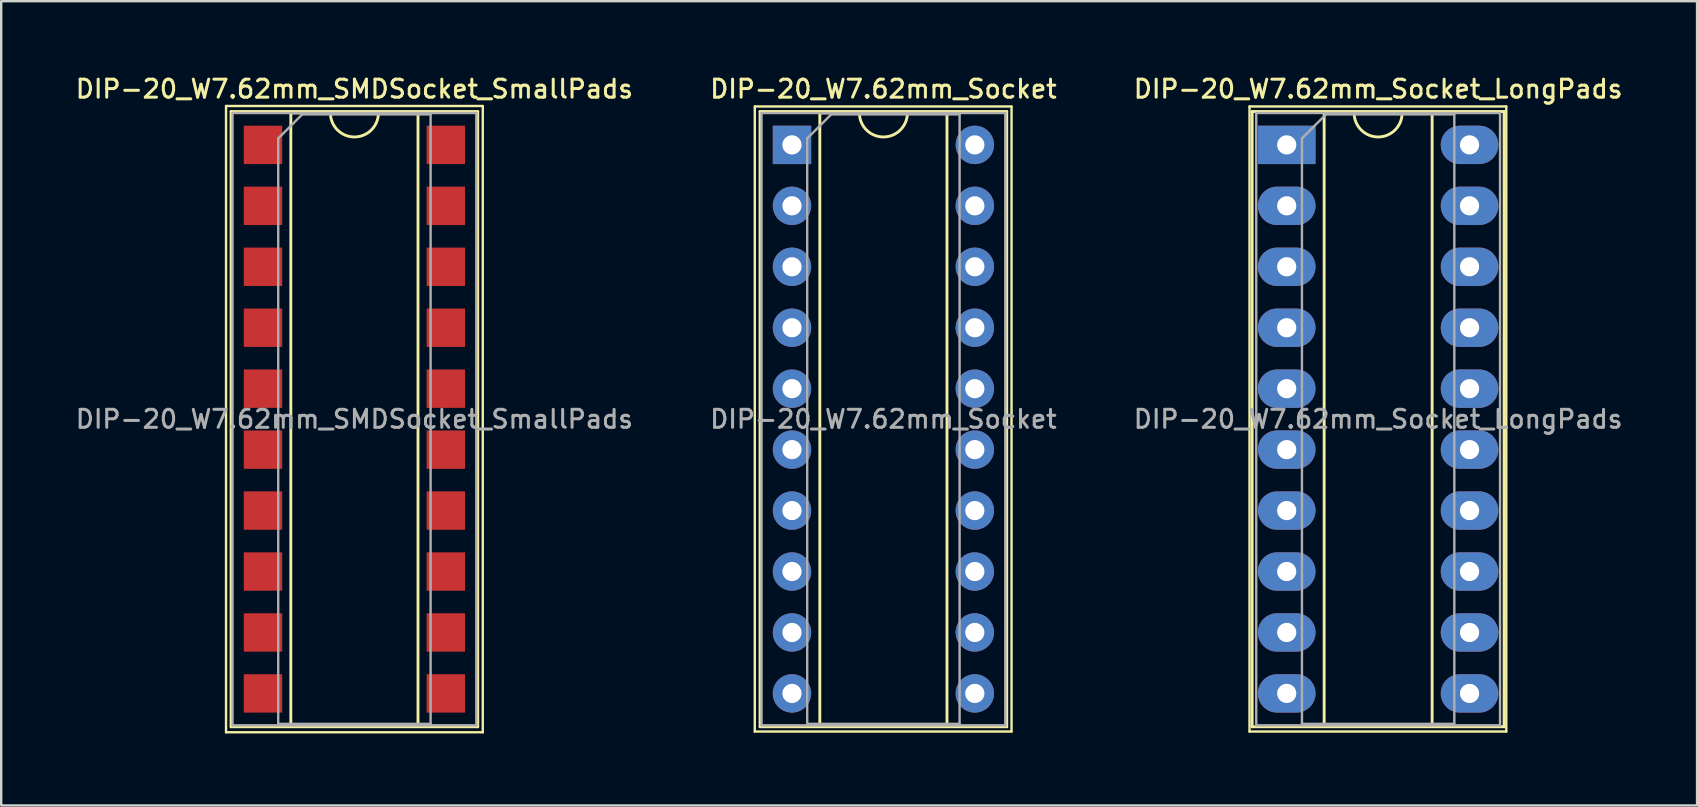
<source format=kicad_pcb>
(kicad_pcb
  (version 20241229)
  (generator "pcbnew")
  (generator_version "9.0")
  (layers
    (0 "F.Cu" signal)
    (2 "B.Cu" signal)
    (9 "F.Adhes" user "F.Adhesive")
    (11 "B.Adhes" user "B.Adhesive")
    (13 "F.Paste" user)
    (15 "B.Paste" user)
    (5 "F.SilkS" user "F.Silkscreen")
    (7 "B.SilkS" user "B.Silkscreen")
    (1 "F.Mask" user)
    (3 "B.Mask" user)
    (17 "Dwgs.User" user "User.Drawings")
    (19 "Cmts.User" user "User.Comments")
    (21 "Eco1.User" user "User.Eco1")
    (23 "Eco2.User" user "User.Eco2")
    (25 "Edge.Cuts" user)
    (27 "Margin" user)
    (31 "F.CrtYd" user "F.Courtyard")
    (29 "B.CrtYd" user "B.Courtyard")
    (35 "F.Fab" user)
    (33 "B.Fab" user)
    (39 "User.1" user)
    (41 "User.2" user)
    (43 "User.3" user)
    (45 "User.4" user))
  (footprint "DIP-20_W7.62mm_Socket"
    (layer "F.Cu")
    (at 29.956 2.988)
    (property "Reference" "DIP-20_W7.62mm_Socket" (at 3.81 -2.33 0) (layer "F.SilkS") (effects (font (size 0.75 0.75) (thickness 0.125))))
    (attr through_hole)
    (fp_line (start -1.55 -1.6) (end -1.55 24.45) (stroke (width 0.1) (type solid)) (layer "F.SilkS"))
    (fp_line (start -1.55 24.45) (end 9.15 24.45) (stroke (width 0.1) (type solid)) (layer "F.SilkS"))
    (fp_line (start -1.33 -1.39) (end -1.33 24.25) (stroke (width 0.12) (type solid)) (layer "F.SilkS"))
    (fp_line (start -1.33 24.25) (end 8.95 24.25) (stroke (width 0.12) (type solid)) (layer "F.SilkS"))
    (fp_line (start 1.16 -1.33) (end 1.16 24.19) (stroke (width 0.12) (type solid)) (layer "F.SilkS"))
    (fp_line (start 1.16 24.19) (end 6.46 24.19) (stroke (width 0.12) (type solid)) (layer "F.SilkS"))
    (fp_line (start 2.81 -1.33) (end 1.16 -1.33) (stroke (width 0.12) (type solid)) (layer "F.SilkS"))
    (fp_line (start 6.46 -1.33) (end 4.81 -1.33) (stroke (width 0.12) (type solid)) (layer "F.SilkS"))
    (fp_line (start 6.46 24.19) (end 6.46 -1.33) (stroke (width 0.12) (type solid)) (layer "F.SilkS"))
    (fp_line (start 8.95 -1.39) (end -1.33 -1.39) (stroke (width 0.12) (type solid)) (layer "F.SilkS"))
    (fp_line (start 8.95 24.25) (end 8.95 -1.39) (stroke (width 0.12) (type solid)) (layer "F.SilkS"))
    (fp_line (start 9.15 -1.6) (end -1.55 -1.6) (stroke (width 0.1) (type solid)) (layer "F.SilkS"))
    (fp_line (start 9.15 24.45) (end 9.15 -1.6) (stroke (width 0.1) (type solid)) (layer "F.SilkS"))
    (fp_arc (start 4.81 -1.33) (mid 3.81 -0.33) (end 2.81 -1.33) (stroke (width 0.12) (type solid)) (layer "F.SilkS"))
    (fp_line (start -1.27 -1.33) (end -1.27 24.19) (stroke (width 0.1) (type solid)) (layer "F.Fab"))
    (fp_line (start -1.27 24.19) (end 8.89 24.19) (stroke (width 0.1) (type solid)) (layer "F.Fab"))
    (fp_line (start 0.635 -0.27) (end 1.635 -1.27) (stroke (width 0.1) (type solid)) (layer "F.Fab"))
    (fp_line (start 0.635 24.13) (end 0.635 -0.27) (stroke (width 0.1) (type solid)) (layer "F.Fab"))
    (fp_line (start 1.635 -1.27) (end 6.985 -1.27) (stroke (width 0.1) (type solid)) (layer "F.Fab"))
    (fp_line (start 6.985 -1.27) (end 6.985 24.13) (stroke (width 0.1) (type solid)) (layer "F.Fab"))
    (fp_line (start 6.985 24.13) (end 0.635 24.13) (stroke (width 0.1) (type solid)) (layer "F.Fab"))
    (fp_line (start 8.89 -1.33) (end -1.27 -1.33) (stroke (width 0.1) (type solid)) (layer "F.Fab"))
    (fp_line (start 8.89 24.19) (end 8.89 -1.33) (stroke (width 0.1) (type solid)) (layer "F.Fab"))
    (fp_text user "${REFERENCE}" (at 3.81 11.43 0) (layer "F.Fab") (effects (font (size 0.75 0.75) (thickness 0.125))))
    (pad "1" thru_hole rect (at 0 0) (size 1.6 1.6) (drill 0.8) (layers "*.Cu" "*.Mask"))
    (pad "2" thru_hole oval (at 0 2.54) (size 1.6 1.6) (drill 0.8) (layers "*.Cu" "*.Mask"))
    (pad "3" thru_hole oval (at 0 5.08) (size 1.6 1.6) (drill 0.8) (layers "*.Cu" "*.Mask"))
    (pad "4" thru_hole oval (at 0 7.62) (size 1.6 1.6) (drill 0.8) (layers "*.Cu" "*.Mask"))
    (pad "5" thru_hole oval (at 0 10.16) (size 1.6 1.6) (drill 0.8) (layers "*.Cu" "*.Mask"))
    (pad "6" thru_hole oval (at 0 12.7) (size 1.6 1.6) (drill 0.8) (layers "*.Cu" "*.Mask"))
    (pad "7" thru_hole oval (at 0 15.24) (size 1.6 1.6) (drill 0.8) (layers "*.Cu" "*.Mask"))
    (pad "8" thru_hole oval (at 0 17.78) (size 1.6 1.6) (drill 0.8) (layers "*.Cu" "*.Mask"))
    (pad "9" thru_hole oval (at 0 20.32) (size 1.6 1.6) (drill 0.8) (layers "*.Cu" "*.Mask"))
    (pad "10" thru_hole oval (at 0 22.86) (size 1.6 1.6) (drill 0.8) (layers "*.Cu" "*.Mask"))
    (pad "11" thru_hole oval (at 7.62 22.86) (size 1.6 1.6) (drill 0.8) (layers "*.Cu" "*.Mask"))
    (pad "12" thru_hole oval (at 7.62 20.32) (size 1.6 1.6) (drill 0.8) (layers "*.Cu" "*.Mask"))
    (pad "13" thru_hole oval (at 7.62 17.78) (size 1.6 1.6) (drill 0.8) (layers "*.Cu" "*.Mask"))
    (pad "14" thru_hole oval (at 7.62 15.24) (size 1.6 1.6) (drill 0.8) (layers "*.Cu" "*.Mask"))
    (pad "15" thru_hole oval (at 7.62 12.7) (size 1.6 1.6) (drill 0.8) (layers "*.Cu" "*.Mask"))
    (pad "16" thru_hole oval (at 7.62 10.16) (size 1.6 1.6) (drill 0.8) (layers "*.Cu" "*.Mask"))
    (pad "17" thru_hole oval (at 7.62 7.62) (size 1.6 1.6) (drill 0.8) (layers "*.Cu" "*.Mask"))
    (pad "18" thru_hole oval (at 7.62 5.08) (size 1.6 1.6) (drill 0.8) (layers "*.Cu" "*.Mask"))
    (pad "19" thru_hole oval (at 7.62 2.54) (size 1.6 1.6) (drill 0.8) (layers "*.Cu" "*.Mask"))
    (pad "20" thru_hole oval (at 7.62 0) (size 1.6 1.6) (drill 0.8) (layers "*.Cu" "*.Mask")))
  (footprint "DIP-20_W7.62mm_Socket_LongPads"
    (layer "F.Cu")
    (at 50.574 2.988)
    (property "Reference" "DIP-20_W7.62mm_Socket_LongPads" (at 3.81 -2.33 0) (layer "F.SilkS") (effects (font (size 0.75 0.75) (thickness 0.125))))
    (attr through_hole)
    (fp_line (start -1.55 -1.6) (end -1.55 24.45) (stroke (width 0.1) (type solid)) (layer "F.SilkS"))
    (fp_line (start -1.55 24.45) (end 9.15 24.45) (stroke (width 0.1) (type solid)) (layer "F.SilkS"))
    (fp_line (start -1.44 -1.39) (end -1.44 24.25) (stroke (width 0.12) (type solid)) (layer "F.SilkS"))
    (fp_line (start -1.44 24.25) (end 9.06 24.25) (stroke (width 0.12) (type solid)) (layer "F.SilkS"))
    (fp_line (start 1.56 -1.33) (end 1.56 24.19) (stroke (width 0.12) (type solid)) (layer "F.SilkS"))
    (fp_line (start 1.56 24.19) (end 6.06 24.19) (stroke (width 0.12) (type solid)) (layer "F.SilkS"))
    (fp_line (start 2.81 -1.33) (end 1.56 -1.33) (stroke (width 0.12) (type solid)) (layer "F.SilkS"))
    (fp_line (start 6.06 -1.33) (end 4.81 -1.33) (stroke (width 0.12) (type solid)) (layer "F.SilkS"))
    (fp_line (start 6.06 24.19) (end 6.06 -1.33) (stroke (width 0.12) (type solid)) (layer "F.SilkS"))
    (fp_line (start 9.06 -1.39) (end -1.44 -1.39) (stroke (width 0.12) (type solid)) (layer "F.SilkS"))
    (fp_line (start 9.06 24.25) (end 9.06 -1.39) (stroke (width 0.12) (type solid)) (layer "F.SilkS"))
    (fp_line (start 9.15 -1.6) (end -1.55 -1.6) (stroke (width 0.1) (type solid)) (layer "F.SilkS"))
    (fp_line (start 9.15 24.45) (end 9.15 -1.6) (stroke (width 0.1) (type solid)) (layer "F.SilkS"))
    (fp_arc (start 4.81 -1.33) (mid 3.81 -0.33) (end 2.81 -1.33) (stroke (width 0.12) (type solid)) (layer "F.SilkS"))
    (fp_line (start -1.27 -1.33) (end -1.27 24.19) (stroke (width 0.1) (type solid)) (layer "F.Fab"))
    (fp_line (start -1.27 24.19) (end 8.89 24.19) (stroke (width 0.1) (type solid)) (layer "F.Fab"))
    (fp_line (start 0.635 -0.27) (end 1.635 -1.27) (stroke (width 0.1) (type solid)) (layer "F.Fab"))
    (fp_line (start 0.635 24.13) (end 0.635 -0.27) (stroke (width 0.1) (type solid)) (layer "F.Fab"))
    (fp_line (start 1.635 -1.27) (end 6.985 -1.27) (stroke (width 0.1) (type solid)) (layer "F.Fab"))
    (fp_line (start 6.985 -1.27) (end 6.985 24.13) (stroke (width 0.1) (type solid)) (layer "F.Fab"))
    (fp_line (start 6.985 24.13) (end 0.635 24.13) (stroke (width 0.1) (type solid)) (layer "F.Fab"))
    (fp_line (start 8.89 -1.33) (end -1.27 -1.33) (stroke (width 0.1) (type solid)) (layer "F.Fab"))
    (fp_line (start 8.89 24.19) (end 8.89 -1.33) (stroke (width 0.1) (type solid)) (layer "F.Fab"))
    (fp_text user "${REFERENCE}" (at 3.81 11.43 0) (layer "F.Fab") (effects (font (size 0.75 0.75) (thickness 0.125))))
    (pad "1" thru_hole rect (at 0 0) (size 2.4 1.6) (drill 0.8) (layers "*.Cu" "*.Mask"))
    (pad "2" thru_hole oval (at 0 2.54) (size 2.4 1.6) (drill 0.8) (layers "*.Cu" "*.Mask"))
    (pad "3" thru_hole oval (at 0 5.08) (size 2.4 1.6) (drill 0.8) (layers "*.Cu" "*.Mask"))
    (pad "4" thru_hole oval (at 0 7.62) (size 2.4 1.6) (drill 0.8) (layers "*.Cu" "*.Mask"))
    (pad "5" thru_hole oval (at 0 10.16) (size 2.4 1.6) (drill 0.8) (layers "*.Cu" "*.Mask"))
    (pad "6" thru_hole oval (at 0 12.7) (size 2.4 1.6) (drill 0.8) (layers "*.Cu" "*.Mask"))
    (pad "7" thru_hole oval (at 0 15.24) (size 2.4 1.6) (drill 0.8) (layers "*.Cu" "*.Mask"))
    (pad "8" thru_hole oval (at 0 17.78) (size 2.4 1.6) (drill 0.8) (layers "*.Cu" "*.Mask"))
    (pad "9" thru_hole oval (at 0 20.32) (size 2.4 1.6) (drill 0.8) (layers "*.Cu" "*.Mask"))
    (pad "10" thru_hole oval (at 0 22.86) (size 2.4 1.6) (drill 0.8) (layers "*.Cu" "*.Mask"))
    (pad "11" thru_hole oval (at 7.62 22.86) (size 2.4 1.6) (drill 0.8) (layers "*.Cu" "*.Mask"))
    (pad "12" thru_hole oval (at 7.62 20.32) (size 2.4 1.6) (drill 0.8) (layers "*.Cu" "*.Mask"))
    (pad "13" thru_hole oval (at 7.62 17.78) (size 2.4 1.6) (drill 0.8) (layers "*.Cu" "*.Mask"))
    (pad "14" thru_hole oval (at 7.62 15.24) (size 2.4 1.6) (drill 0.8) (layers "*.Cu" "*.Mask"))
    (pad "15" thru_hole oval (at 7.62 12.7) (size 2.4 1.6) (drill 0.8) (layers "*.Cu" "*.Mask"))
    (pad "16" thru_hole oval (at 7.62 10.16) (size 2.4 1.6) (drill 0.8) (layers "*.Cu" "*.Mask"))
    (pad "17" thru_hole oval (at 7.62 7.62) (size 2.4 1.6) (drill 0.8) (layers "*.Cu" "*.Mask"))
    (pad "18" thru_hole oval (at 7.62 5.08) (size 2.4 1.6) (drill 0.8) (layers "*.Cu" "*.Mask"))
    (pad "19" thru_hole oval (at 7.62 2.54) (size 2.4 1.6) (drill 0.8) (layers "*.Cu" "*.Mask"))
    (pad "20" thru_hole oval (at 7.62 0) (size 2.4 1.6) (drill 0.8) (layers "*.Cu" "*.Mask")))
  (footprint "DIP-20_W7.62mm_SMDSocket_SmallPads"
    (layer "F.Cu")
    (at 11.72 14.418)
    (property "Reference" "DIP-20_W7.62mm_SMDSocket_SmallPads" (at 0 -13.76 0) (layer "F.SilkS") (effects (font (size 0.75 0.75) (thickness 0.125))))
    (attr smd)
    (fp_line (start -5.35 -13.05) (end -5.35 13.05) (stroke (width 0.1) (type solid)) (layer "F.SilkS"))
    (fp_line (start -5.35 13.05) (end 5.35 13.05) (stroke (width 0.1) (type solid)) (layer "F.SilkS"))
    (fp_line (start -5.14 -12.82) (end -5.14 12.82) (stroke (width 0.12) (type solid)) (layer "F.SilkS"))
    (fp_line (start -5.14 12.82) (end 5.14 12.82) (stroke (width 0.12) (type solid)) (layer "F.SilkS"))
    (fp_line (start -2.65 -12.76) (end -2.65 12.76) (stroke (width 0.12) (type solid)) (layer "F.SilkS"))
    (fp_line (start -2.65 12.76) (end 2.65 12.76) (stroke (width 0.12) (type solid)) (layer "F.SilkS"))
    (fp_line (start -1 -12.76) (end -2.65 -12.76) (stroke (width 0.12) (type solid)) (layer "F.SilkS"))
    (fp_line (start 2.65 -12.76) (end 1 -12.76) (stroke (width 0.12) (type solid)) (layer "F.SilkS"))
    (fp_line (start 2.65 12.76) (end 2.65 -12.76) (stroke (width 0.12) (type solid)) (layer "F.SilkS"))
    (fp_line (start 5.14 -12.82) (end -5.14 -12.82) (stroke (width 0.12) (type solid)) (layer "F.SilkS"))
    (fp_line (start 5.14 12.82) (end 5.14 -12.82) (stroke (width 0.12) (type solid)) (layer "F.SilkS"))
    (fp_line (start 5.35 -13.05) (end -5.35 -13.05) (stroke (width 0.1) (type solid)) (layer "F.SilkS"))
    (fp_line (start 5.35 13.05) (end 5.35 -13.05) (stroke (width 0.1) (type solid)) (layer "F.SilkS"))
    (fp_arc (start 1 -12.76) (mid 0 -11.76) (end -1 -12.76) (stroke (width 0.12) (type solid)) (layer "F.SilkS"))
    (fp_line (start -5.08 -12.76) (end -5.08 12.76) (stroke (width 0.1) (type solid)) (layer "F.Fab"))
    (fp_line (start -5.08 12.76) (end 5.08 12.76) (stroke (width 0.1) (type solid)) (layer "F.Fab"))
    (fp_line (start -3.175 -11.7) (end -2.175 -12.7) (stroke (width 0.1) (type solid)) (layer "F.Fab"))
    (fp_line (start -3.175 12.7) (end -3.175 -11.7) (stroke (width 0.1) (type solid)) (layer "F.Fab"))
    (fp_line (start -2.175 -12.7) (end 3.175 -12.7) (stroke (width 0.1) (type solid)) (layer "F.Fab"))
    (fp_line (start 3.175 -12.7) (end 3.175 12.7) (stroke (width 0.1) (type solid)) (layer "F.Fab"))
    (fp_line (start 3.175 12.7) (end -3.175 12.7) (stroke (width 0.1) (type solid)) (layer "F.Fab"))
    (fp_line (start 5.08 -12.76) (end -5.08 -12.76) (stroke (width 0.1) (type solid)) (layer "F.Fab"))
    (fp_line (start 5.08 12.76) (end 5.08 -12.76) (stroke (width 0.1) (type solid)) (layer "F.Fab"))
    (fp_text user "${REFERENCE}" (at 0 0 0) (layer "F.Fab") (effects (font (size 0.75 0.75) (thickness 0.125))))
    (pad "1" smd rect (at -3.81 -11.43) (size 1.6 1.6) (layers "F.Cu" "F.Mask" "F.Paste"))
    (pad "2" smd rect (at -3.81 -8.89) (size 1.6 1.6) (layers "F.Cu" "F.Mask" "F.Paste"))
    (pad "3" smd rect (at -3.81 -6.35) (size 1.6 1.6) (layers "F.Cu" "F.Mask" "F.Paste"))
    (pad "4" smd rect (at -3.81 -3.81) (size 1.6 1.6) (layers "F.Cu" "F.Mask" "F.Paste"))
    (pad "5" smd rect (at -3.81 -1.27) (size 1.6 1.6) (layers "F.Cu" "F.Mask" "F.Paste"))
    (pad "6" smd rect (at -3.81 1.27) (size 1.6 1.6) (layers "F.Cu" "F.Mask" "F.Paste"))
    (pad "7" smd rect (at -3.81 3.81) (size 1.6 1.6) (layers "F.Cu" "F.Mask" "F.Paste"))
    (pad "8" smd rect (at -3.81 6.35) (size 1.6 1.6) (layers "F.Cu" "F.Mask" "F.Paste"))
    (pad "9" smd rect (at -3.81 8.89) (size 1.6 1.6) (layers "F.Cu" "F.Mask" "F.Paste"))
    (pad "10" smd rect (at -3.81 11.43) (size 1.6 1.6) (layers "F.Cu" "F.Mask" "F.Paste"))
    (pad "11" smd rect (at 3.81 11.43) (size 1.6 1.6) (layers "F.Cu" "F.Mask" "F.Paste"))
    (pad "12" smd rect (at 3.81 8.89) (size 1.6 1.6) (layers "F.Cu" "F.Mask" "F.Paste"))
    (pad "13" smd rect (at 3.81 6.35) (size 1.6 1.6) (layers "F.Cu" "F.Mask" "F.Paste"))
    (pad "14" smd rect (at 3.81 3.81) (size 1.6 1.6) (layers "F.Cu" "F.Mask" "F.Paste"))
    (pad "15" smd rect (at 3.81 1.27) (size 1.6 1.6) (layers "F.Cu" "F.Mask" "F.Paste"))
    (pad "16" smd rect (at 3.81 -1.27) (size 1.6 1.6) (layers "F.Cu" "F.Mask" "F.Paste"))
    (pad "17" smd rect (at 3.81 -3.81) (size 1.6 1.6) (layers "F.Cu" "F.Mask" "F.Paste"))
    (pad "18" smd rect (at 3.81 -6.35) (size 1.6 1.6) (layers "F.Cu" "F.Mask" "F.Paste"))
    (pad "19" smd rect (at 3.81 -8.89) (size 1.6 1.6) (layers "F.Cu" "F.Mask" "F.Paste"))
    (pad "20" smd rect (at 3.81 -11.43) (size 1.6 1.6) (layers "F.Cu" "F.Mask" "F.Paste")))
  (gr_rect
    (start -3 -3)
    (end 67.675 30.518)
    (stroke (width 0.1) (type default))
    (fill no)
    (layer "Edge.Cuts")))
</source>
